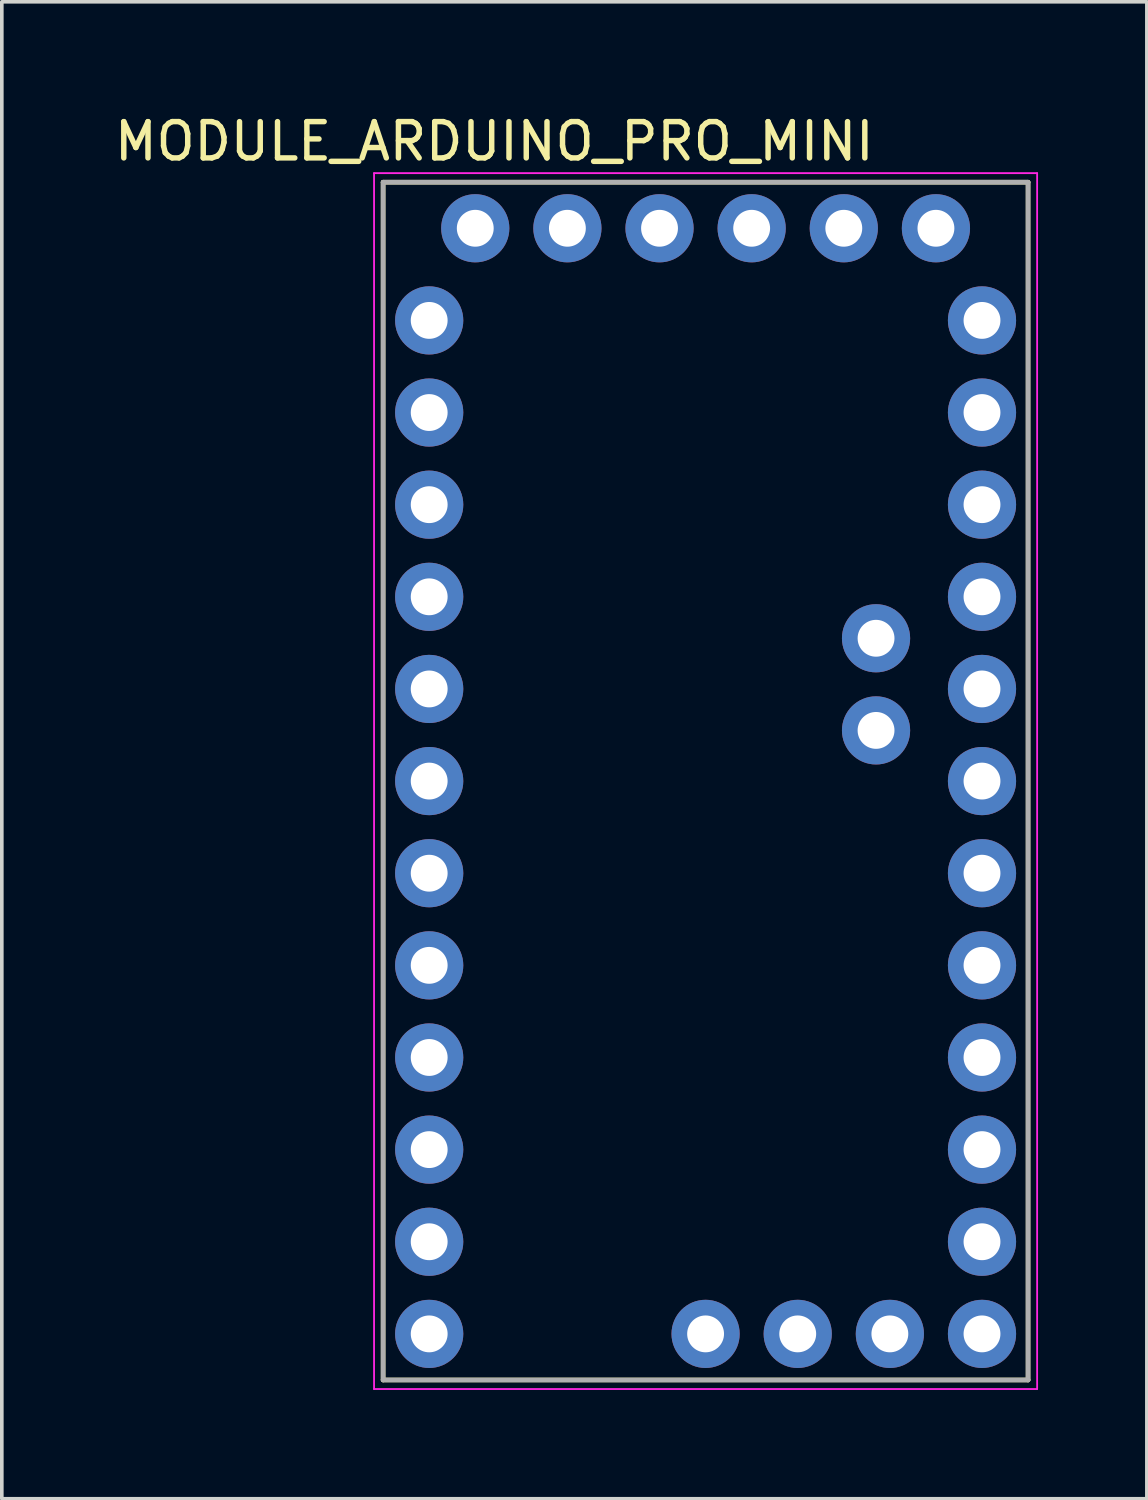
<source format=kicad_pcb>
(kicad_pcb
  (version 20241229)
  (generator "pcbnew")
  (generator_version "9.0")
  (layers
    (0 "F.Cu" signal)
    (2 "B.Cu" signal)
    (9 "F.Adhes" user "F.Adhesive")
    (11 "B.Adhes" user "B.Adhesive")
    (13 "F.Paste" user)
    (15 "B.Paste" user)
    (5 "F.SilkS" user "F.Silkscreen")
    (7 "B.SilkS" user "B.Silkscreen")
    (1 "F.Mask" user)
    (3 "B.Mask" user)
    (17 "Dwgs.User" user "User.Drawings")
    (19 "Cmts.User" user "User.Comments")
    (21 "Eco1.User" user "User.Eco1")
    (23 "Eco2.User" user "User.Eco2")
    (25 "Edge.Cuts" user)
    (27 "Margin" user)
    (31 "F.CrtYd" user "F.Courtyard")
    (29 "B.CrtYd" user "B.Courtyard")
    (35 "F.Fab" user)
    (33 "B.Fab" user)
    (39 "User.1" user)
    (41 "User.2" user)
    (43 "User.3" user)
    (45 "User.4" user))
  (footprint "MODULE_ARDUINO_PRO_MINI"
    (layer "F.Cu")
    (at 16.402 18.483)
    (property "Reference" "MODULE_ARDUINO_PRO_MINI" (at -5.825 -17.635 0) (layer "F.SilkS") (effects (font (size 1 1) (thickness 0.15))))
    (attr through_hole)
    (fp_line (start -8.89 -16.51) (end -8.89 16.51) (stroke (width 0.127) (type solid)) (layer "F.SilkS"))
    (fp_line (start -8.89 16.51) (end 8.89 16.51) (stroke (width 0.127) (type solid)) (layer "F.SilkS"))
    (fp_line (start 8.89 -16.51) (end -8.89 -16.51) (stroke (width 0.127) (type solid)) (layer "F.SilkS"))
    (fp_line (start 8.89 16.51) (end 8.89 -16.51) (stroke (width 0.127) (type solid)) (layer "F.SilkS"))
    (fp_line (start -9.14 -16.76) (end 9.14 -16.76) (stroke (width 0.05) (type solid)) (layer "F.CrtYd"))
    (fp_line (start -9.14 16.76) (end -9.14 -16.76) (stroke (width 0.05) (type solid)) (layer "F.CrtYd"))
    (fp_line (start 9.14 -16.76) (end 9.14 16.76) (stroke (width 0.05) (type solid)) (layer "F.CrtYd"))
    (fp_line (start 9.14 16.76) (end -9.14 16.76) (stroke (width 0.05) (type solid)) (layer "F.CrtYd"))
    (fp_line (start -8.89 -16.51) (end -8.89 16.51) (stroke (width 0.127) (type solid)) (layer "F.Fab"))
    (fp_line (start -8.89 16.51) (end 8.89 16.51) (stroke (width 0.127) (type solid)) (layer "F.Fab"))
    (fp_line (start 8.89 -16.51) (end -8.89 -16.51) (stroke (width 0.127) (type solid)) (layer "F.Fab"))
    (fp_line (start 8.89 16.51) (end 8.89 -16.51) (stroke (width 0.127) (type solid)) (layer "F.Fab"))
    (pad "F_DTR" thru_hole circle (at -6.35 -15.24) (size 1.88 1.88) (drill 1.016) (layers "*.Cu" "*.Mask"))
    (pad "F_GND_1" thru_hole circle (at 3.81 -15.24) (size 1.88 1.88) (drill 1.016) (layers "*.Cu" "*.Mask"))
    (pad "F_GND_2" thru_hole circle (at 6.35 -15.24) (size 1.88 1.88) (drill 1.016) (layers "*.Cu" "*.Mask"))
    (pad "F_RX" thru_hole circle (at -1.27 -15.24) (size 1.88 1.88) (drill 1.016) (layers "*.Cu" "*.Mask"))
    (pad "F_TX" thru_hole circle (at -3.81 -15.24) (size 1.88 1.88) (drill 1.016) (layers "*.Cu" "*.Mask"))
    (pad "F_VCC" thru_hole circle (at 1.27 -15.24) (size 1.88 1.88) (drill 1.016) (layers "*.Cu" "*.Mask"))
    (pad "JP2_1" thru_hole circle (at 4.699 -1.397) (size 1.88 1.88) (drill 1.016) (layers "*.Cu" "*.Mask"))
    (pad "JP2_2" thru_hole circle (at 4.699 -3.937) (size 1.88 1.88) (drill 1.016) (layers "*.Cu" "*.Mask"))
    (pad "JP3_1" thru_hole circle (at 2.54 15.24) (size 1.88 1.88) (drill 1.016) (layers "*.Cu" "*.Mask"))
    (pad "JP3_2" thru_hole circle (at 5.08 15.24) (size 1.88 1.88) (drill 1.016) (layers "*.Cu" "*.Mask"))
    (pad "JP3_3" thru_hole circle (at 0 15.24) (size 1.88 1.88) (drill 1.016) (layers "*.Cu" "*.Mask"))
    (pad "JP6_1" thru_hole circle (at 7.62 -12.7) (size 1.88 1.88) (drill 1.016) (layers "*.Cu" "*.Mask"))
    (pad "JP6_2" thru_hole circle (at 7.62 -10.16) (size 1.88 1.88) (drill 1.016) (layers "*.Cu" "*.Mask"))
    (pad "JP6_3" thru_hole circle (at 7.62 -7.62) (size 1.88 1.88) (drill 1.016) (layers "*.Cu" "*.Mask"))
    (pad "JP6_4" thru_hole circle (at 7.62 -5.08) (size 1.88 1.88) (drill 1.016) (layers "*.Cu" "*.Mask"))
    (pad "JP6_5" thru_hole circle (at 7.62 -2.54) (size 1.88 1.88) (drill 1.016) (layers "*.Cu" "*.Mask"))
    (pad "JP6_6" thru_hole circle (at 7.62 0) (size 1.88 1.88) (drill 1.016) (layers "*.Cu" "*.Mask"))
    (pad "JP6_7" thru_hole circle (at 7.62 2.54) (size 1.88 1.88) (drill 1.016) (layers "*.Cu" "*.Mask"))
    (pad "JP6_8" thru_hole circle (at 7.62 5.08) (size 1.88 1.88) (drill 1.016) (layers "*.Cu" "*.Mask"))
    (pad "JP6_9" thru_hole circle (at 7.62 7.62) (size 1.88 1.88) (drill 1.016) (layers "*.Cu" "*.Mask"))
    (pad "JP6_10" thru_hole circle (at 7.62 10.16) (size 1.88 1.88) (drill 1.016) (layers "*.Cu" "*.Mask"))
    (pad "JP6_11" thru_hole circle (at 7.62 12.7) (size 1.88 1.88) (drill 1.016) (layers "*.Cu" "*.Mask"))
    (pad "JP6_12" thru_hole circle (at 7.62 15.24) (size 1.88 1.88) (drill 1.016) (layers "*.Cu" "*.Mask"))
    (pad "JP7_1" thru_hole circle (at -7.62 15.24) (size 1.88 1.88) (drill 1.016) (layers "*.Cu" "*.Mask"))
    (pad "JP7_2" thru_hole circle (at -7.62 12.7) (size 1.88 1.88) (drill 1.016) (layers "*.Cu" "*.Mask"))
    (pad "JP7_3" thru_hole circle (at -7.62 10.16) (size 1.88 1.88) (drill 1.016) (layers "*.Cu" "*.Mask"))
    (pad "JP7_4" thru_hole circle (at -7.62 7.62) (size 1.88 1.88) (drill 1.016) (layers "*.Cu" "*.Mask"))
    (pad "JP7_5" thru_hole circle (at -7.62 5.08) (size 1.88 1.88) (drill 1.016) (layers "*.Cu" "*.Mask"))
    (pad "JP7_6" thru_hole circle (at -7.62 2.54) (size 1.88 1.88) (drill 1.016) (layers "*.Cu" "*.Mask"))
    (pad "JP7_7" thru_hole circle (at -7.62 0) (size 1.88 1.88) (drill 1.016) (layers "*.Cu" "*.Mask"))
    (pad "JP7_8" thru_hole circle (at -7.62 -2.54) (size 1.88 1.88) (drill 1.016) (layers "*.Cu" "*.Mask"))
    (pad "JP7_9" thru_hole circle (at -7.62 -5.08) (size 1.88 1.88) (drill 1.016) (layers "*.Cu" "*.Mask"))
    (pad "JP7_10" thru_hole circle (at -7.62 -7.62) (size 1.88 1.88) (drill 1.016) (layers "*.Cu" "*.Mask"))
    (pad "JP7_11" thru_hole circle (at -7.62 -10.16) (size 1.88 1.88) (drill 1.016) (layers "*.Cu" "*.Mask"))
    (pad "JP7_12" thru_hole circle (at -7.62 -12.7) (size 1.88 1.88) (drill 1.016) (layers "*.Cu" "*.Mask")))
  (gr_rect
    (start -3 -3)
    (end 28.567 38.268)
    (stroke (width 0.1) (type default))
    (fill no)
    (layer "Edge.Cuts")))
</source>
